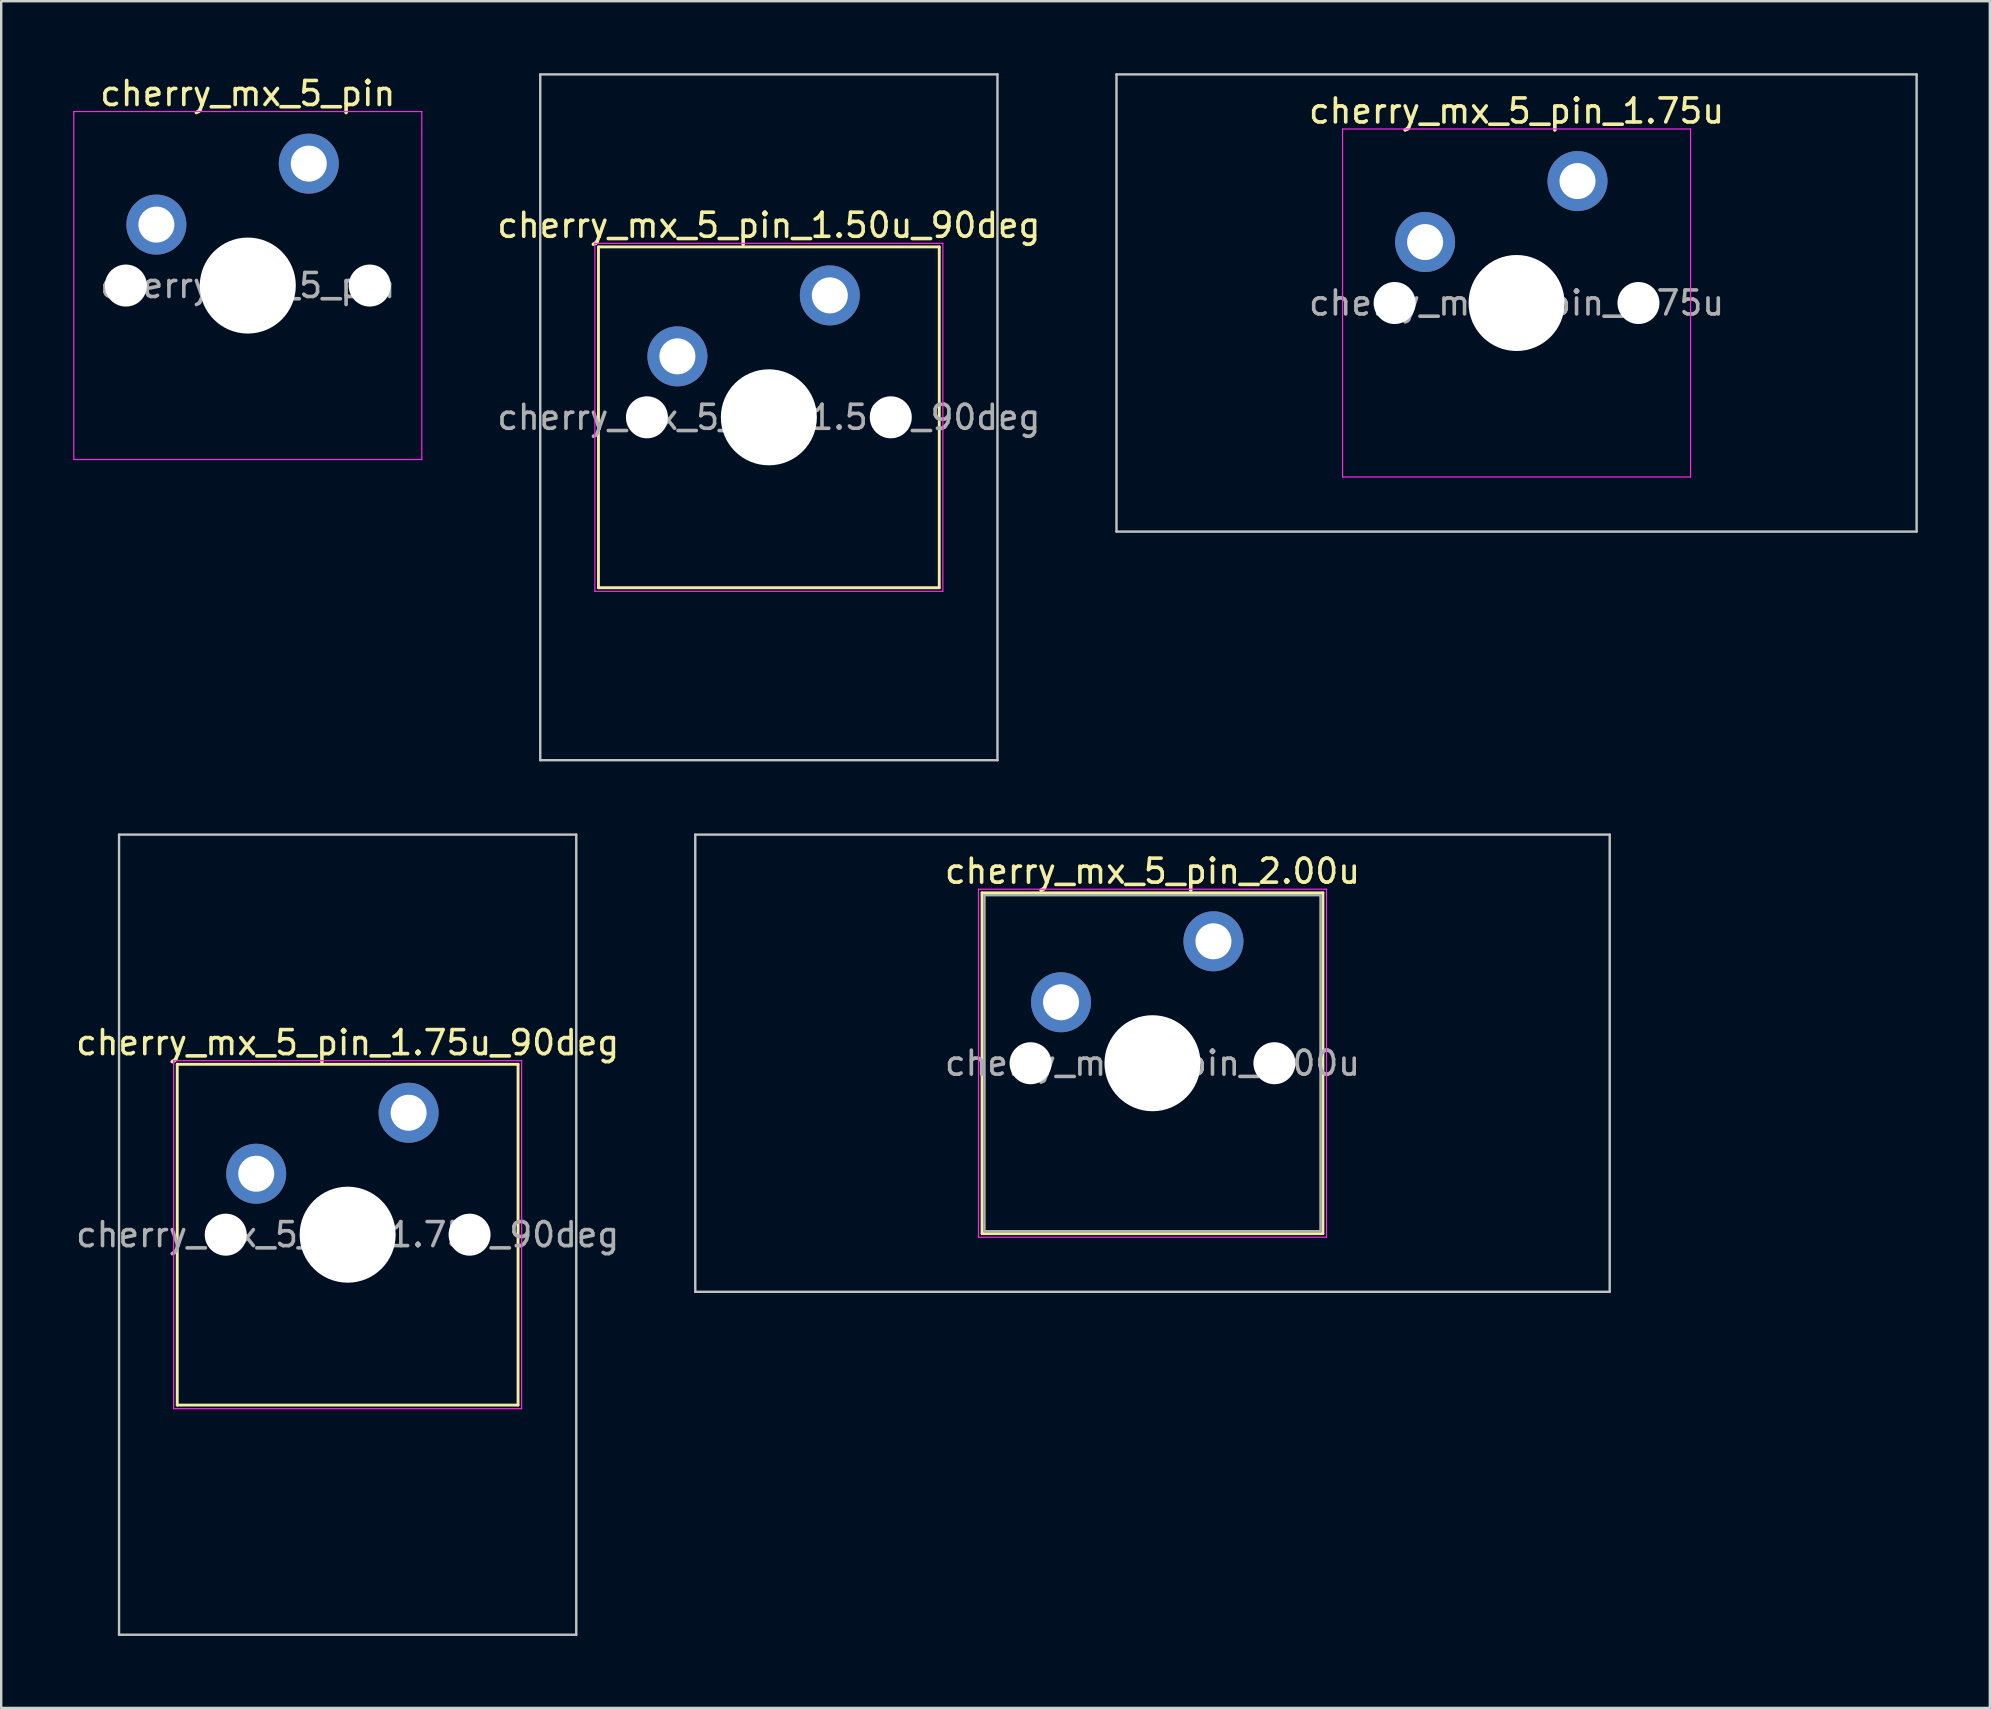
<source format=kicad_pcb>
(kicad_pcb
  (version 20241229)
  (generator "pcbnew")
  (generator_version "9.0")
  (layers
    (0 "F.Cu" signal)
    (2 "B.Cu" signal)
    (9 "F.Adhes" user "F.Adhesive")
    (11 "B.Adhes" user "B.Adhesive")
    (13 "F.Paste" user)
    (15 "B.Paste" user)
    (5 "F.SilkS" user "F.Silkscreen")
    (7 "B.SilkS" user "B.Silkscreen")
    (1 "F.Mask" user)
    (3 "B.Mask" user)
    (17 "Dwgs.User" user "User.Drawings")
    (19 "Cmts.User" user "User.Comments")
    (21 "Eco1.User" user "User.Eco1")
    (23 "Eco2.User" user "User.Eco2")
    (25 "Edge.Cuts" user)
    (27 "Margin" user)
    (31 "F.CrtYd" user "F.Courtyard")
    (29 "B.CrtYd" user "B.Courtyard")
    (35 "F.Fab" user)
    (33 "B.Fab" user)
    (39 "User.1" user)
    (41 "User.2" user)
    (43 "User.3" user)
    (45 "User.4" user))
  (footprint "cherry_mx_5_pin_1.75u"
    (layer "F.Cu")
    (at 60.138 9.575)
    (property "Reference" "cherry_mx_5_pin_1.75u" (at 0 -8 0) (layer "F.SilkS") (effects (font (size 1 1) (thickness 0.15))))
    (fp_line (start -16.669 -9.525) (end -16.669 9.525) (stroke (width 0.1) (type solid)) (layer "Dwgs.User"))
    (fp_line (start -16.669 9.525) (end 16.669 9.525) (stroke (width 0.1) (type solid)) (layer "Dwgs.User"))
    (fp_line (start 16.669 -9.525) (end -16.669 -9.525) (stroke (width 0.1) (type solid)) (layer "Dwgs.User"))
    (fp_line (start 16.669 9.525) (end 16.669 -9.525) (stroke (width 0.1) (type solid)) (layer "Dwgs.User"))
    (fp_line (start -7 -6.5) (end -7 6.491) (stroke (width 0.1) (type solid)) (layer "Eco2.User"))
    (fp_line (start -6.5 -7) (end 6.5 -7) (stroke (width 0.1) (type solid)) (layer "Eco2.User"))
    (fp_line (start -6.5 6.991) (end 6.5 7) (stroke (width 0.1) (type solid)) (layer "Eco2.User"))
    (fp_line (start 7 -6.5) (end 7 6.5) (stroke (width 0.1) (type solid)) (layer "Eco2.User"))
    (fp_arc (start -7 -6.5) (mid -6.853553 -6.853553) (end -6.5 -7) (stroke (width 0.1) (type solid)) (layer "Eco2.User"))
    (fp_arc (start -6.5 6.990924) (mid -6.853553 6.844477) (end -7 6.490924) (stroke (width 0.1) (type solid)) (layer "Eco2.User"))
    (fp_arc (start 6.5 -7) (mid 6.853553 -6.853553) (end 7 -6.5) (stroke (width 0.1) (type solid)) (layer "Eco2.User"))
    (fp_arc (start 7 6.5) (mid 6.853553 6.853553) (end 6.5 7) (stroke (width 0.1) (type solid)) (layer "Eco2.User"))
    (fp_line (start -7.25 -7.25) (end -7.25 7.25) (stroke (width 0.05) (type solid)) (layer "F.CrtYd"))
    (fp_line (start -7.25 7.25) (end 7.25 7.25) (stroke (width 0.05) (type solid)) (layer "F.CrtYd"))
    (fp_line (start 7.25 -7.25) (end -7.25 -7.25) (stroke (width 0.05) (type solid)) (layer "F.CrtYd"))
    (fp_line (start 7.25 7.25) (end 7.25 -7.25) (stroke (width 0.05) (type solid)) (layer "F.CrtYd"))
    (fp_text user "${REFERENCE}" (at 0 0 0) (layer "F.Fab") (effects (font (size 1 1) (thickness 0.15))))
    (pad "" np_thru_hole circle (at -5.08 0) (size 1.75 1.75) (drill 1.75) (layers "*.Cu" "*.Mask"))
    (pad "" smd circle (at -3.81 -2.54) (size 1.55 1.55) (layers "F.Mask"))
    (pad "" np_thru_hole circle (at 0 0) (size 4 4) (drill 4) (layers "*.Cu" "*.Mask"))
    (pad "" smd circle (at 2.54 -5.08) (size 1.55 1.55) (layers "F.Mask"))
    (pad "" np_thru_hole circle (at 5.08 0) (size 1.75 1.75) (drill 1.75) (layers "*.Cu" "*.Mask"))
    (pad "1" thru_hole circle (at -3.81 -2.54) (size 2.5 2.5) (drill 1.5) (layers "*.Cu" "B.Mask"))
    (pad "2" thru_hole circle (at 2.54 -5.08) (size 2.5 2.5) (drill 1.5) (layers "*.Cu" "B.Mask")))
  (footprint "cherry_mx_5_pin_1.75u_90deg"
    (layer "F.Cu")
    (at 11.435 48.394)
    (property "Reference" "cherry_mx_5_pin_1.75u_90deg" (at 0 -8 0) (layer "F.SilkS") (effects (font (size 1 1) (thickness 0.15))))
    (fp_line (start -7.1 -7.1) (end -7.1 7.1) (stroke (width 0.12) (type solid)) (layer "F.SilkS"))
    (fp_line (start -7.1 7.1) (end 7.1 7.1) (stroke (width 0.12) (type solid)) (layer "F.SilkS"))
    (fp_line (start 7.1 -7.1) (end -7.1 -7.1) (stroke (width 0.12) (type solid)) (layer "F.SilkS"))
    (fp_line (start 7.1 7.1) (end 7.1 -7.1) (stroke (width 0.12) (type solid)) (layer "F.SilkS"))
    (fp_line (start -9.525 -16.669) (end 9.525 -16.669) (stroke (width 0.1) (type solid)) (layer "Dwgs.User"))
    (fp_line (start -9.525 16.669) (end -9.525 -16.669) (stroke (width 0.1) (type solid)) (layer "Dwgs.User"))
    (fp_line (start 9.525 -16.669) (end 9.525 16.669) (stroke (width 0.1) (type solid)) (layer "Dwgs.User"))
    (fp_line (start 9.525 16.669) (end -9.525 16.669) (stroke (width 0.1) (type solid)) (layer "Dwgs.User"))
    (fp_line (start -7 -6.5) (end -7 6.491) (stroke (width 0.1) (type solid)) (layer "Eco2.User"))
    (fp_line (start -6.5 -7) (end 6.5 -7) (stroke (width 0.1) (type solid)) (layer "Eco2.User"))
    (fp_line (start -6.5 6.991) (end 6.5 7) (stroke (width 0.1) (type solid)) (layer "Eco2.User"))
    (fp_line (start 7 -6.5) (end 7 6.5) (stroke (width 0.1) (type solid)) (layer "Eco2.User"))
    (fp_arc (start -7 -6.5) (mid -6.853553 -6.853553) (end -6.5 -7) (stroke (width 0.1) (type solid)) (layer "Eco2.User"))
    (fp_arc (start -6.5 6.990924) (mid -6.853553 6.844477) (end -7 6.490924) (stroke (width 0.1) (type solid)) (layer "Eco2.User"))
    (fp_arc (start 6.5 -7) (mid 6.853553 -6.853553) (end 7 -6.5) (stroke (width 0.1) (type solid)) (layer "Eco2.User"))
    (fp_arc (start 7 6.5) (mid 6.853553 6.853553) (end 6.5 7) (stroke (width 0.1) (type solid)) (layer "Eco2.User"))
    (fp_line (start -7.25 -7.25) (end -7.25 7.25) (stroke (width 0.05) (type solid)) (layer "F.CrtYd"))
    (fp_line (start -7.25 7.25) (end 7.25 7.25) (stroke (width 0.05) (type solid)) (layer "F.CrtYd"))
    (fp_line (start 7.25 -7.25) (end -7.25 -7.25) (stroke (width 0.05) (type solid)) (layer "F.CrtYd"))
    (fp_line (start 7.25 7.25) (end 7.25 -7.25) (stroke (width 0.05) (type solid)) (layer "F.CrtYd"))
    (fp_text user "${REFERENCE}" (at 0 0 0) (layer "F.Fab") (effects (font (size 1 1) (thickness 0.15))))
    (pad "" np_thru_hole circle (at -5.08 0) (size 1.75 1.75) (drill 1.75) (layers "*.Cu" "*.Mask"))
    (pad "" smd circle (at -3.81 -2.54) (size 1.55 1.55) (layers "F.Mask"))
    (pad "" np_thru_hole circle (at 0 0) (size 4 4) (drill 4) (layers "*.Cu" "*.Mask"))
    (pad "" smd circle (at 2.54 -5.08) (size 1.55 1.55) (layers "F.Mask"))
    (pad "" np_thru_hole circle (at 5.08 0) (size 1.75 1.75) (drill 1.75) (layers "*.Cu" "*.Mask"))
    (pad "1" thru_hole circle (at -3.81 -2.54) (size 2.5 2.5) (drill 1.5) (layers "*.Cu" "B.Mask"))
    (pad "2" thru_hole circle (at 2.54 -5.08) (size 2.5 2.5) (drill 1.5) (layers "*.Cu" "B.Mask")))
  (footprint "cherry_mx_5_pin"
    (layer "F.Cu")
    (at 7.275 8.848)
    (property "Reference" "cherry_mx_5_pin" (at 0 -8 0) (layer "F.SilkS") (effects (font (size 1 1) (thickness 0.15))))
    (fp_line (start -7 -6.5) (end -7 6.491) (stroke (width 0.1) (type solid)) (layer "Eco2.User"))
    (fp_line (start -6.5 -7) (end 6.5 -7) (stroke (width 0.1) (type solid)) (layer "Eco2.User"))
    (fp_line (start -6.5 6.991) (end 6.5 7) (stroke (width 0.1) (type solid)) (layer "Eco2.User"))
    (fp_line (start 7 -6.5) (end 7 6.5) (stroke (width 0.1) (type solid)) (layer "Eco2.User"))
    (fp_arc (start -7 -6.5) (mid -6.853553 -6.853553) (end -6.5 -7) (stroke (width 0.1) (type solid)) (layer "Eco2.User"))
    (fp_arc (start -6.5 6.990924) (mid -6.853553 6.844477) (end -7 6.490924) (stroke (width 0.1) (type solid)) (layer "Eco2.User"))
    (fp_arc (start 6.5 -7) (mid 6.853553 -6.853553) (end 7 -6.5) (stroke (width 0.1) (type solid)) (layer "Eco2.User"))
    (fp_arc (start 7 6.5) (mid 6.853553 6.853553) (end 6.5 7) (stroke (width 0.1) (type solid)) (layer "Eco2.User"))
    (fp_line (start -7.25 -7.25) (end -7.25 7.25) (stroke (width 0.05) (type solid)) (layer "F.CrtYd"))
    (fp_line (start -7.25 7.25) (end 7.25 7.25) (stroke (width 0.05) (type solid)) (layer "F.CrtYd"))
    (fp_line (start 7.25 -7.25) (end -7.25 -7.25) (stroke (width 0.05) (type solid)) (layer "F.CrtYd"))
    (fp_line (start 7.25 7.25) (end 7.25 -7.25) (stroke (width 0.05) (type solid)) (layer "F.CrtYd"))
    (fp_text user "${REFERENCE}" (at 0 0 0) (layer "F.Fab") (effects (font (size 1 1) (thickness 0.15))))
    (pad "" np_thru_hole circle (at -5.08 0) (size 1.75 1.75) (drill 1.75) (layers "*.Cu" "*.Mask"))
    (pad "" smd circle (at -3.81 -2.54) (size 1.55 1.55) (layers "F.Mask"))
    (pad "" np_thru_hole circle (at 0 0) (size 4 4) (drill 4) (layers "*.Cu" "*.Mask"))
    (pad "" smd circle (at 2.54 -5.08) (size 1.55 1.55) (layers "F.Mask"))
    (pad "" np_thru_hole circle (at 5.08 0) (size 1.75 1.75) (drill 1.75) (layers "*.Cu" "*.Mask"))
    (pad "1" thru_hole circle (at -3.81 -2.54) (size 2.5 2.5) (drill 1.5) (layers "*.Cu" "B.Mask"))
    (pad "2" thru_hole circle (at 2.54 -5.08) (size 2.5 2.5) (drill 1.5) (layers "*.Cu" "B.Mask")))
  (footprint "cherry_mx_5_pin_1.50u_90deg"
    (layer "F.Cu")
    (at 28.985 14.338)
    (property "Reference" "cherry_mx_5_pin_1.50u_90deg" (at 0 -8 0) (layer "F.SilkS") (effects (font (size 1 1) (thickness 0.15))))
    (attr through_hole)
    (fp_line (start -7.1 -7.1) (end -7.1 7.1) (stroke (width 0.12) (type solid)) (layer "F.SilkS"))
    (fp_line (start -7.1 7.1) (end 7.1 7.1) (stroke (width 0.12) (type solid)) (layer "F.SilkS"))
    (fp_line (start 7.1 -7.1) (end -7.1 -7.1) (stroke (width 0.12) (type solid)) (layer "F.SilkS"))
    (fp_line (start 7.1 7.1) (end 7.1 -7.1) (stroke (width 0.12) (type solid)) (layer "F.SilkS"))
    (fp_line (start -9.525 -14.287) (end 9.525 -14.287) (stroke (width 0.1) (type solid)) (layer "Dwgs.User"))
    (fp_line (start -9.525 14.287) (end -9.525 -14.287) (stroke (width 0.1) (type solid)) (layer "Dwgs.User"))
    (fp_line (start 9.525 -14.287) (end 9.525 14.287) (stroke (width 0.1) (type solid)) (layer "Dwgs.User"))
    (fp_line (start 9.525 14.287) (end -9.525 14.287) (stroke (width 0.1) (type solid)) (layer "Dwgs.User"))
    (fp_line (start -7.25 -7.25) (end -7.25 7.25) (stroke (width 0.05) (type solid)) (layer "F.CrtYd"))
    (fp_line (start -7.25 7.25) (end 7.25 7.25) (stroke (width 0.05) (type solid)) (layer "F.CrtYd"))
    (fp_line (start 7.25 -7.25) (end -7.25 -7.25) (stroke (width 0.05) (type solid)) (layer "F.CrtYd"))
    (fp_line (start 7.25 7.25) (end 7.25 -7.25) (stroke (width 0.05) (type solid)) (layer "F.CrtYd"))
    (fp_text user "${REFERENCE}" (at 0 0 0) (layer "F.Fab") (effects (font (size 1 1) (thickness 0.15))))
    (pad "" np_thru_hole circle (at -5.08 0) (size 1.75 1.75) (drill 1.75) (layers "*.Cu" "*.Mask"))
    (pad "" smd circle (at -3.81 -2.54) (size 1.55 1.55) (layers "F.Mask"))
    (pad "" np_thru_hole circle (at 0 0) (size 4 4) (drill 4) (layers "*.Cu" "*.Mask"))
    (pad "" smd circle (at 2.54 -5.08) (size 1.55 1.55) (layers "F.Mask"))
    (pad "" np_thru_hole circle (at 5.08 0) (size 1.75 1.75) (drill 1.75) (layers "*.Cu" "*.Mask"))
    (pad "1" thru_hole circle (at -3.81 -2.54) (size 2.5 2.5) (drill 1.5) (layers "*.Cu" "B.Mask"))
    (pad "2" thru_hole circle (at 2.54 -5.08) (size 2.5 2.5) (drill 1.5) (layers "*.Cu" "B.Mask")))
  (footprint "cherry_mx_5_pin_2.00u"
    (layer "F.Cu")
    (at 44.969 41.25)
    (property "Reference" "cherry_mx_5_pin_2.00u" (at 0 -8 0) (layer "F.SilkS") (effects (font (size 1 1) (thickness 0.15))))
    (attr through_hole)
    (fp_line (start -7.1 -7.1) (end -7.1 7.1) (stroke (width 0.12) (type solid)) (layer "F.SilkS"))
    (fp_line (start -7.1 7.1) (end 7.1 7.1) (stroke (width 0.12) (type solid)) (layer "F.SilkS"))
    (fp_line (start 7.1 -7.1) (end -7.1 -7.1) (stroke (width 0.12) (type solid)) (layer "F.SilkS"))
    (fp_line (start 7.1 7.1) (end 7.1 -7.1) (stroke (width 0.12) (type solid)) (layer "F.SilkS"))
    (fp_line (start -19.05 -9.525) (end -19.05 9.525) (stroke (width 0.1) (type solid)) (layer "Dwgs.User"))
    (fp_line (start -19.05 9.525) (end 19.05 9.525) (stroke (width 0.1) (type solid)) (layer "Dwgs.User"))
    (fp_line (start 19.05 -9.525) (end -19.05 -9.525) (stroke (width 0.1) (type solid)) (layer "Dwgs.User"))
    (fp_line (start 19.05 9.525) (end 19.05 -9.525) (stroke (width 0.1) (type solid)) (layer "Dwgs.User"))
    (fp_line (start -7 -7) (end -7 7) (stroke (width 0.1) (type solid)) (layer "Eco1.User"))
    (fp_line (start -7 7) (end 7 7) (stroke (width 0.1) (type solid)) (layer "Eco1.User"))
    (fp_line (start 7 -7) (end -7 -7) (stroke (width 0.1) (type solid)) (layer "Eco1.User"))
    (fp_line (start 7 7) (end 7 -7) (stroke (width 0.1) (type solid)) (layer "Eco1.User"))
    (fp_line (start -7.25 -7.25) (end -7.25 7.25) (stroke (width 0.05) (type solid)) (layer "F.CrtYd"))
    (fp_line (start -7.25 7.25) (end 7.25 7.25) (stroke (width 0.05) (type solid)) (layer "F.CrtYd"))
    (fp_line (start 7.25 -7.25) (end -7.25 -7.25) (stroke (width 0.05) (type solid)) (layer "F.CrtYd"))
    (fp_line (start 7.25 7.25) (end 7.25 -7.25) (stroke (width 0.05) (type solid)) (layer "F.CrtYd"))
    (fp_line (start -7 -7) (end -7 7) (stroke (width 0.1) (type solid)) (layer "F.Fab"))
    (fp_line (start -7 7) (end 7 7) (stroke (width 0.1) (type solid)) (layer "F.Fab"))
    (fp_line (start 7 -7) (end -7 -7) (stroke (width 0.1) (type solid)) (layer "F.Fab"))
    (fp_line (start 7 7) (end 7 -7) (stroke (width 0.1) (type solid)) (layer "F.Fab"))
    (fp_text user "${REFERENCE}" (at 0 0 0) (layer "F.Fab") (effects (font (size 1 1) (thickness 0.15))))
    (pad "" np_thru_hole circle (at -5.08 0) (size 1.75 1.75) (drill 1.75) (layers "*.Cu" "*.Mask"))
    (pad "" smd circle (at -3.81 -2.54) (size 1.55 1.55) (layers "F.Mask"))
    (pad "" np_thru_hole circle (at 0 0) (size 4 4) (drill 4) (layers "*.Cu" "*.Mask"))
    (pad "" smd circle (at 2.54 -5.08) (size 1.55 1.55) (layers "F.Mask"))
    (pad "" np_thru_hole circle (at 5.08 0) (size 1.75 1.75) (drill 1.75) (layers "*.Cu" "*.Mask"))
    (pad "1" thru_hole circle (at -3.81 -2.54) (size 2.5 2.5) (drill 1.5) (layers "*.Cu" "B.Mask"))
    (pad "2" thru_hole circle (at 2.54 -5.08) (size 2.5 2.5) (drill 1.5) (layers "*.Cu" "B.Mask")))
  (gr_rect
    (start -3 -3)
    (end 79.857 68.112)
    (stroke (width 0.1) (type default))
    (fill no)
    (layer "Edge.Cuts")))
</source>
